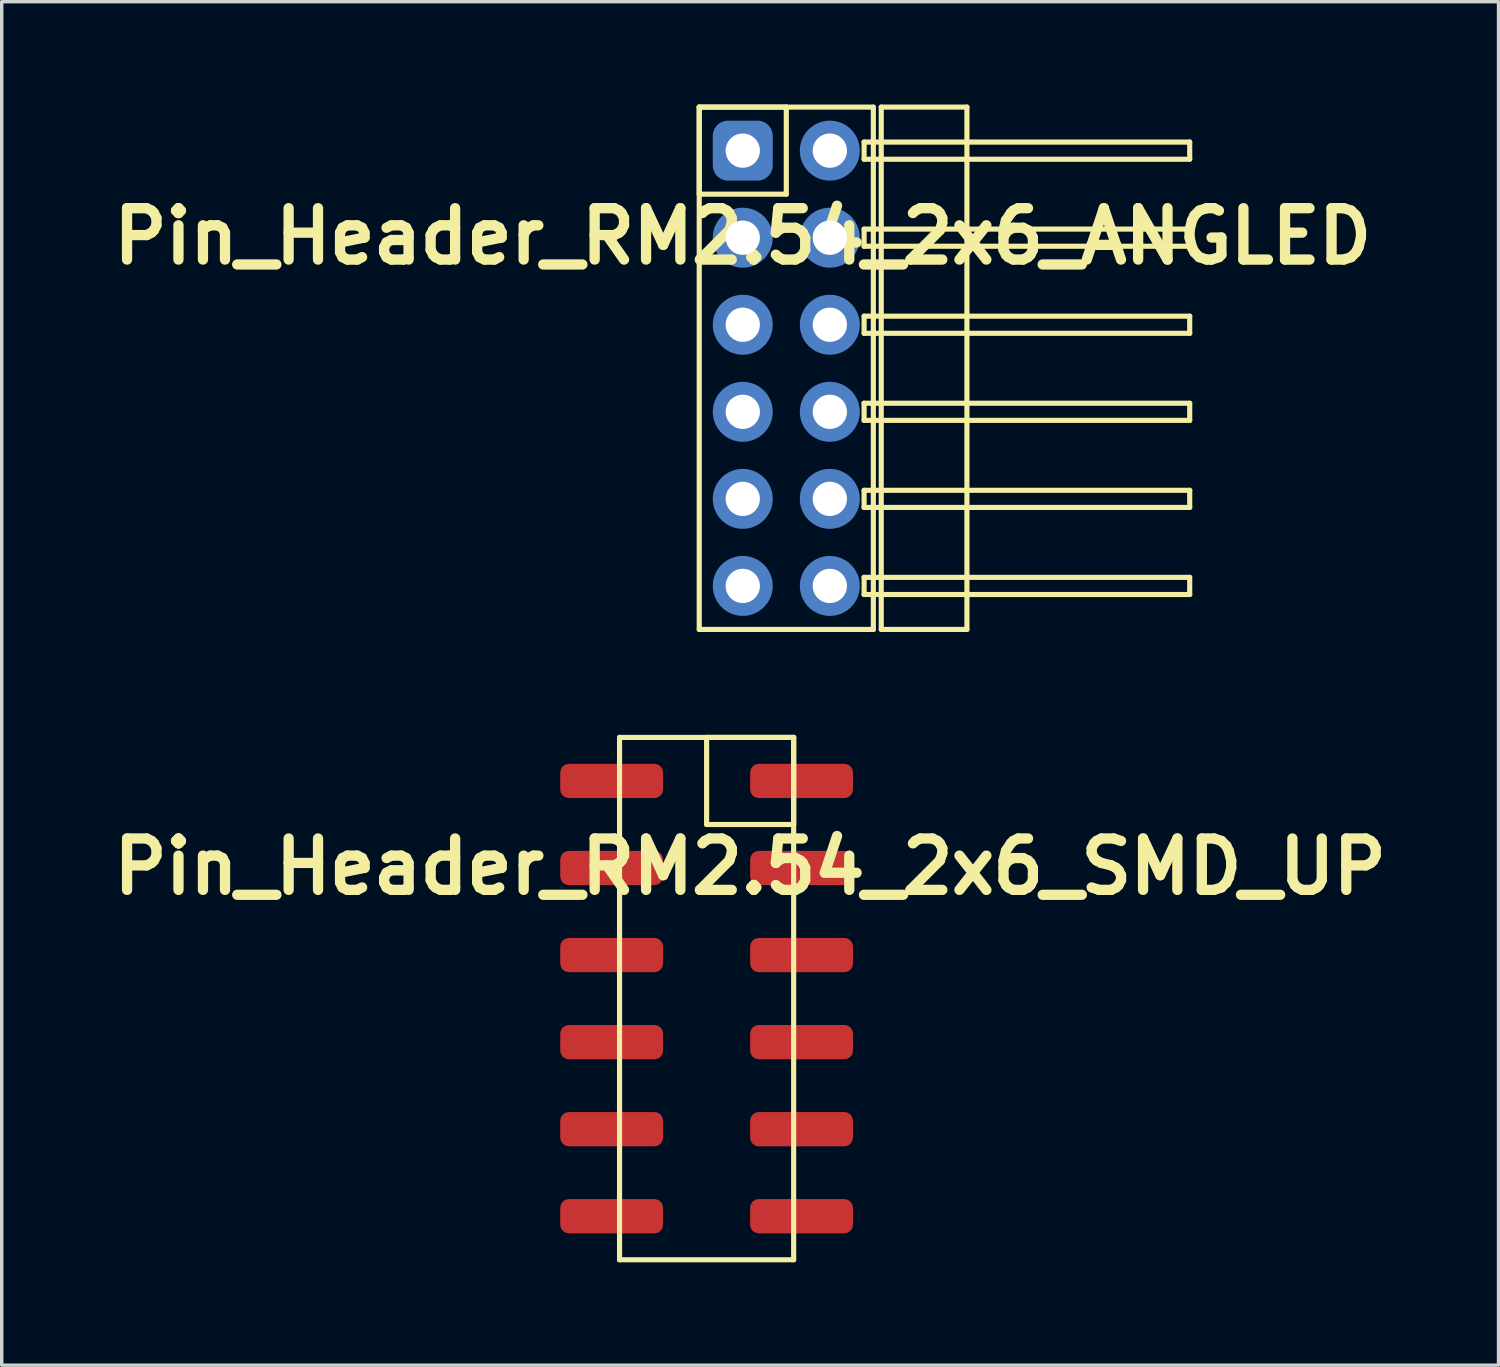
<source format=kicad_pcb>
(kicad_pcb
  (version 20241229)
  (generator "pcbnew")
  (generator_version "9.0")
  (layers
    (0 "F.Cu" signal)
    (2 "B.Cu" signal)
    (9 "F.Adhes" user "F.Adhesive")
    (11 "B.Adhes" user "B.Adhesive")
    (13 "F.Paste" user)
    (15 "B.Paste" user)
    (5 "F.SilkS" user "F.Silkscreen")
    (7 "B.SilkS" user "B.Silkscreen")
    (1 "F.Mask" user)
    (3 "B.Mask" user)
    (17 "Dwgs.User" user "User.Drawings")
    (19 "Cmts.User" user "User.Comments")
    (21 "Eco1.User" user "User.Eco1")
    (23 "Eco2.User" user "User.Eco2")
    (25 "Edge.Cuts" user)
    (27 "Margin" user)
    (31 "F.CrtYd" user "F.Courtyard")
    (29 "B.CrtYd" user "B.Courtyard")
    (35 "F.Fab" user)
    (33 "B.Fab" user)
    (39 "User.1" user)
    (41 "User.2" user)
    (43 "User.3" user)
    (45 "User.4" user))
  (footprint "Pin_Header_RM2.54_2x6_SMD_UP"
    (layer "F.Cu")
    (at 18.836 19.735)
    (property "Reference" "Pin_Header_RM2.54_2x6_SMD_UP" (at 0 2.5 0) (layer "F.SilkS") (effects (font (size 1.5 1.5) (thickness 0.3))))
    (attr through_hole)
    (fp_line (start -3.81 -1.27) (end 1.27 -1.27) (stroke (width 0.15) (type solid)) (layer "F.SilkS"))
    (fp_line (start -3.81 13.97) (end -3.81 -1.27) (stroke (width 0.15) (type solid)) (layer "F.SilkS"))
    (fp_line (start -1.27 -1.27) (end 1.27 -1.27) (stroke (width 0.15) (type solid)) (layer "F.SilkS"))
    (fp_line (start -1.27 1.27) (end -1.27 -1.27) (stroke (width 0.15) (type solid)) (layer "F.SilkS"))
    (fp_line (start 1.27 -1.27) (end 1.27 1.27) (stroke (width 0.15) (type solid)) (layer "F.SilkS"))
    (fp_line (start 1.27 -1.27) (end 1.27 13.97) (stroke (width 0.15) (type solid)) (layer "F.SilkS"))
    (fp_line (start 1.27 1.27) (end -1.27 1.27) (stroke (width 0.15) (type solid)) (layer "F.SilkS"))
    (fp_line (start 1.27 13.97) (end -3.81 13.97) (stroke (width 0.15) (type solid)) (layer "F.SilkS"))
    (pad "1" smd roundrect (at 1.5 0) (size 3 1) (layers "F.Cu" "F.Mask" "F.Paste") (roundrect_rratio 0.25))
    (pad "2" smd roundrect (at -4.04 0) (size 3 1) (layers "F.Cu" "F.Mask" "F.Paste") (roundrect_rratio 0.25))
    (pad "3" smd roundrect (at 1.5 2.54) (size 3 1) (layers "F.Cu" "F.Mask" "F.Paste") (roundrect_rratio 0.25))
    (pad "4" smd roundrect (at -4.04 2.54) (size 3 1) (layers "F.Cu" "F.Mask" "F.Paste") (roundrect_rratio 0.25))
    (pad "5" smd roundrect (at 1.5 5.08) (size 3 1) (layers "F.Cu" "F.Mask" "F.Paste") (roundrect_rratio 0.25))
    (pad "6" smd roundrect (at -4.04 5.08) (size 3 1) (layers "F.Cu" "F.Mask" "F.Paste") (roundrect_rratio 0.25))
    (pad "7" smd roundrect (at 1.5 7.62) (size 3 1) (layers "F.Cu" "F.Mask" "F.Paste") (roundrect_rratio 0.25))
    (pad "8" smd roundrect (at -4.04 7.62) (size 3 1) (layers "F.Cu" "F.Mask" "F.Paste") (roundrect_rratio 0.25))
    (pad "9" smd roundrect (at 1.5 10.16) (size 3 1) (layers "F.Cu" "F.Mask" "F.Paste") (roundrect_rratio 0.25))
    (pad "10" smd roundrect (at -4.04 10.16) (size 3 1) (layers "F.Cu" "F.Mask" "F.Paste") (roundrect_rratio 0.25))
    (pad "11" smd roundrect (at 1.5 12.7) (size 3 1) (layers "F.Cu" "F.Mask" "F.Paste") (roundrect_rratio 0.25))
    (pad "12" smd roundrect (at -4.04 12.7) (size 3 1) (layers "F.Cu" "F.Mask" "F.Paste") (roundrect_rratio 0.25)))
  (footprint "Pin_Header_RM2.54_2x6_ANGLED"
    (layer "F.Cu")
    (at 18.621 1.345)
    (property "Reference" "Pin_Header_RM2.54_2x6_ANGLED" (at 0 2.5 0) (layer "F.SilkS") (effects (font (size 1.5 1.5) (thickness 0.3))))
    (attr through_hole)
    (fp_line (start -1.27 -1.27) (end 1.27 -1.27) (stroke (width 0.15) (type solid)) (layer "F.SilkS"))
    (fp_line (start -1.27 -1.27) (end 3.81 -1.27) (stroke (width 0.15) (type solid)) (layer "F.SilkS"))
    (fp_line (start -1.27 1.27) (end -1.27 -1.27) (stroke (width 0.15) (type solid)) (layer "F.SilkS"))
    (fp_line (start -1.27 13.97) (end -1.27 -1.27) (stroke (width 0.15) (type solid)) (layer "F.SilkS"))
    (fp_line (start 1.27 -1.27) (end 1.27 1.27) (stroke (width 0.15) (type solid)) (layer "F.SilkS"))
    (fp_line (start 1.27 1.27) (end -1.27 1.27) (stroke (width 0.15) (type solid)) (layer "F.SilkS"))
    (fp_line (start 3.54 -0.25) (end 13.04 -0.25) (stroke (width 0.15) (type solid)) (layer "F.SilkS"))
    (fp_line (start 3.54 0.25) (end 3.54 -0.25) (stroke (width 0.15) (type solid)) (layer "F.SilkS"))
    (fp_line (start 3.54 2.29) (end 13.04 2.29) (stroke (width 0.15) (type solid)) (layer "F.SilkS"))
    (fp_line (start 3.54 2.79) (end 3.54 2.29) (stroke (width 0.15) (type solid)) (layer "F.SilkS"))
    (fp_line (start 3.54 4.83) (end 13.04 4.83) (stroke (width 0.15) (type solid)) (layer "F.SilkS"))
    (fp_line (start 3.54 5.33) (end 3.54 4.83) (stroke (width 0.15) (type solid)) (layer "F.SilkS"))
    (fp_line (start 3.54 7.37) (end 13.04 7.37) (stroke (width 0.15) (type solid)) (layer "F.SilkS"))
    (fp_line (start 3.54 7.87) (end 3.54 7.37) (stroke (width 0.15) (type solid)) (layer "F.SilkS"))
    (fp_line (start 3.54 9.91) (end 13.04 9.91) (stroke (width 0.15) (type solid)) (layer "F.SilkS"))
    (fp_line (start 3.54 10.41) (end 3.54 9.91) (stroke (width 0.15) (type solid)) (layer "F.SilkS"))
    (fp_line (start 3.54 12.45) (end 13.04 12.45) (stroke (width 0.15) (type solid)) (layer "F.SilkS"))
    (fp_line (start 3.54 12.95) (end 3.54 12.45) (stroke (width 0.15) (type solid)) (layer "F.SilkS"))
    (fp_line (start 3.81 -1.27) (end 3.81 13.97) (stroke (width 0.15) (type solid)) (layer "F.SilkS"))
    (fp_line (start 3.81 13.97) (end -1.27 13.97) (stroke (width 0.15) (type solid)) (layer "F.SilkS"))
    (fp_line (start 4.04 -1.27) (end 6.54 -1.27) (stroke (width 0.15) (type solid)) (layer "F.SilkS"))
    (fp_line (start 4.04 13.97) (end 4.04 -1.27) (stroke (width 0.15) (type solid)) (layer "F.SilkS"))
    (fp_line (start 6.54 -1.27) (end 6.54 13.97) (stroke (width 0.15) (type solid)) (layer "F.SilkS"))
    (fp_line (start 6.54 13.97) (end 4.04 13.97) (stroke (width 0.15) (type solid)) (layer "F.SilkS"))
    (fp_line (start 13.04 -0.25) (end 13.04 0.25) (stroke (width 0.15) (type solid)) (layer "F.SilkS"))
    (fp_line (start 13.04 0.25) (end 3.54 0.25) (stroke (width 0.15) (type solid)) (layer "F.SilkS"))
    (fp_line (start 13.04 2.29) (end 13.04 2.79) (stroke (width 0.15) (type solid)) (layer "F.SilkS"))
    (fp_line (start 13.04 2.79) (end 3.54 2.79) (stroke (width 0.15) (type solid)) (layer "F.SilkS"))
    (fp_line (start 13.04 4.83) (end 13.04 5.33) (stroke (width 0.15) (type solid)) (layer "F.SilkS"))
    (fp_line (start 13.04 5.33) (end 3.54 5.33) (stroke (width 0.15) (type solid)) (layer "F.SilkS"))
    (fp_line (start 13.04 7.37) (end 13.04 7.87) (stroke (width 0.15) (type solid)) (layer "F.SilkS"))
    (fp_line (start 13.04 7.87) (end 3.54 7.87) (stroke (width 0.15) (type solid)) (layer "F.SilkS"))
    (fp_line (start 13.04 9.91) (end 13.04 10.41) (stroke (width 0.15) (type solid)) (layer "F.SilkS"))
    (fp_line (start 13.04 10.41) (end 3.54 10.41) (stroke (width 0.15) (type solid)) (layer "F.SilkS"))
    (fp_line (start 13.04 12.45) (end 13.04 12.95) (stroke (width 0.15) (type solid)) (layer "F.SilkS"))
    (fp_line (start 13.04 12.95) (end 3.54 12.95) (stroke (width 0.15) (type solid)) (layer "F.SilkS"))
    (pad "1" thru_hole circle (at 0 0) (size 1.3 1.3) (drill 1) (layers "*.Cu" "*.Mask"))
    (pad "1" smd roundrect (at 0 0) (size 1.5 1.5) (layers "F.Cu" "F.Mask") (roundrect_rratio 0.25))
    (pad "1" smd roundrect (at 0 0) (size 1.75 1.75) (layers "B.Cu" "B.Mask") (roundrect_rratio 0.25))
    (pad "2" thru_hole circle (at 2.54 0) (size 1.3 1.3) (drill 1) (layers "*.Cu" "*.Mask"))
    (pad "2" smd circle (at 2.54 0) (size 1.5 1.5) (layers "F.Cu" "F.Mask"))
    (pad "2" smd circle (at 2.54 0) (size 1.75 1.75) (layers "B.Cu" "B.Mask"))
    (pad "3" thru_hole circle (at 0 2.54) (size 1.3 1.3) (drill 1) (layers "*.Cu" "*.Mask"))
    (pad "3" smd circle (at 0 2.54) (size 1.5 1.5) (layers "F.Cu" "F.Mask"))
    (pad "3" smd circle (at 0 2.54) (size 1.75 1.75) (layers "B.Cu" "B.Mask"))
    (pad "4" thru_hole circle (at 2.54 2.54) (size 1.3 1.3) (drill 1) (layers "*.Cu" "*.Mask"))
    (pad "4" smd circle (at 2.54 2.54) (size 1.5 1.5) (layers "F.Cu" "F.Mask"))
    (pad "4" smd circle (at 2.54 2.54) (size 1.75 1.75) (layers "B.Cu" "B.Mask"))
    (pad "5" thru_hole circle (at 0 5.08) (size 1.3 1.3) (drill 1) (layers "*.Cu" "*.Mask"))
    (pad "5" smd circle (at 0 5.08) (size 1.5 1.5) (layers "F.Cu" "F.Mask"))
    (pad "5" smd circle (at 0 5.08) (size 1.75 1.75) (layers "B.Cu" "B.Mask"))
    (pad "6" thru_hole circle (at 2.54 5.08) (size 1.3 1.3) (drill 1) (layers "*.Cu" "*.Mask"))
    (pad "6" smd circle (at 2.54 5.08) (size 1.5 1.5) (layers "F.Cu" "F.Mask"))
    (pad "6" smd circle (at 2.54 5.08) (size 1.75 1.75) (layers "B.Cu" "B.Mask"))
    (pad "7" thru_hole circle (at 0 7.62) (size 1.3 1.3) (drill 1) (layers "*.Cu" "*.Mask"))
    (pad "7" smd circle (at 0 7.62) (size 1.5 1.5) (layers "F.Cu" "F.Mask"))
    (pad "7" smd circle (at 0 7.62) (size 1.75 1.75) (layers "B.Cu" "B.Mask"))
    (pad "8" thru_hole circle (at 2.54 7.62) (size 1.3 1.3) (drill 1) (layers "*.Cu" "*.Mask"))
    (pad "8" smd circle (at 2.54 7.62) (size 1.5 1.5) (layers "F.Cu" "F.Mask"))
    (pad "8" smd circle (at 2.54 7.62) (size 1.75 1.75) (layers "B.Cu" "B.Mask"))
    (pad "9" thru_hole circle (at 0 10.16) (size 1.3 1.3) (drill 1) (layers "*.Cu" "*.Mask"))
    (pad "9" smd circle (at 0 10.16) (size 1.5 1.5) (layers "F.Cu" "F.Mask"))
    (pad "9" smd circle (at 0 10.16) (size 1.75 1.75) (layers "B.Cu" "B.Mask"))
    (pad "10" thru_hole circle (at 2.54 10.16) (size 1.3 1.3) (drill 1) (layers "*.Cu" "*.Mask"))
    (pad "10" smd circle (at 2.54 10.16) (size 1.5 1.5) (layers "F.Cu" "F.Mask"))
    (pad "10" smd circle (at 2.54 10.16) (size 1.75 1.75) (layers "B.Cu" "B.Mask"))
    (pad "11" thru_hole circle (at 0 12.7) (size 1.3 1.3) (drill 1) (layers "*.Cu" "*.Mask"))
    (pad "11" smd circle (at 0 12.7) (size 1.5 1.5) (layers "F.Cu" "F.Mask"))
    (pad "11" smd circle (at 0 12.7) (size 1.75 1.75) (layers "B.Cu" "B.Mask"))
    (pad "12" thru_hole circle (at 2.54 12.7) (size 1.3 1.3) (drill 1) (layers "*.Cu" "*.Mask"))
    (pad "12" smd circle (at 2.54 12.7) (size 1.5 1.5) (layers "F.Cu" "F.Mask"))
    (pad "12" smd circle (at 2.54 12.7) (size 1.75 1.75) (layers "B.Cu" "B.Mask")))
  (gr_rect
    (start -3 -3)
    (end 40.671 36.78)
    (stroke (width 0.1) (type default))
    (fill no)
    (layer "Edge.Cuts")))
</source>
